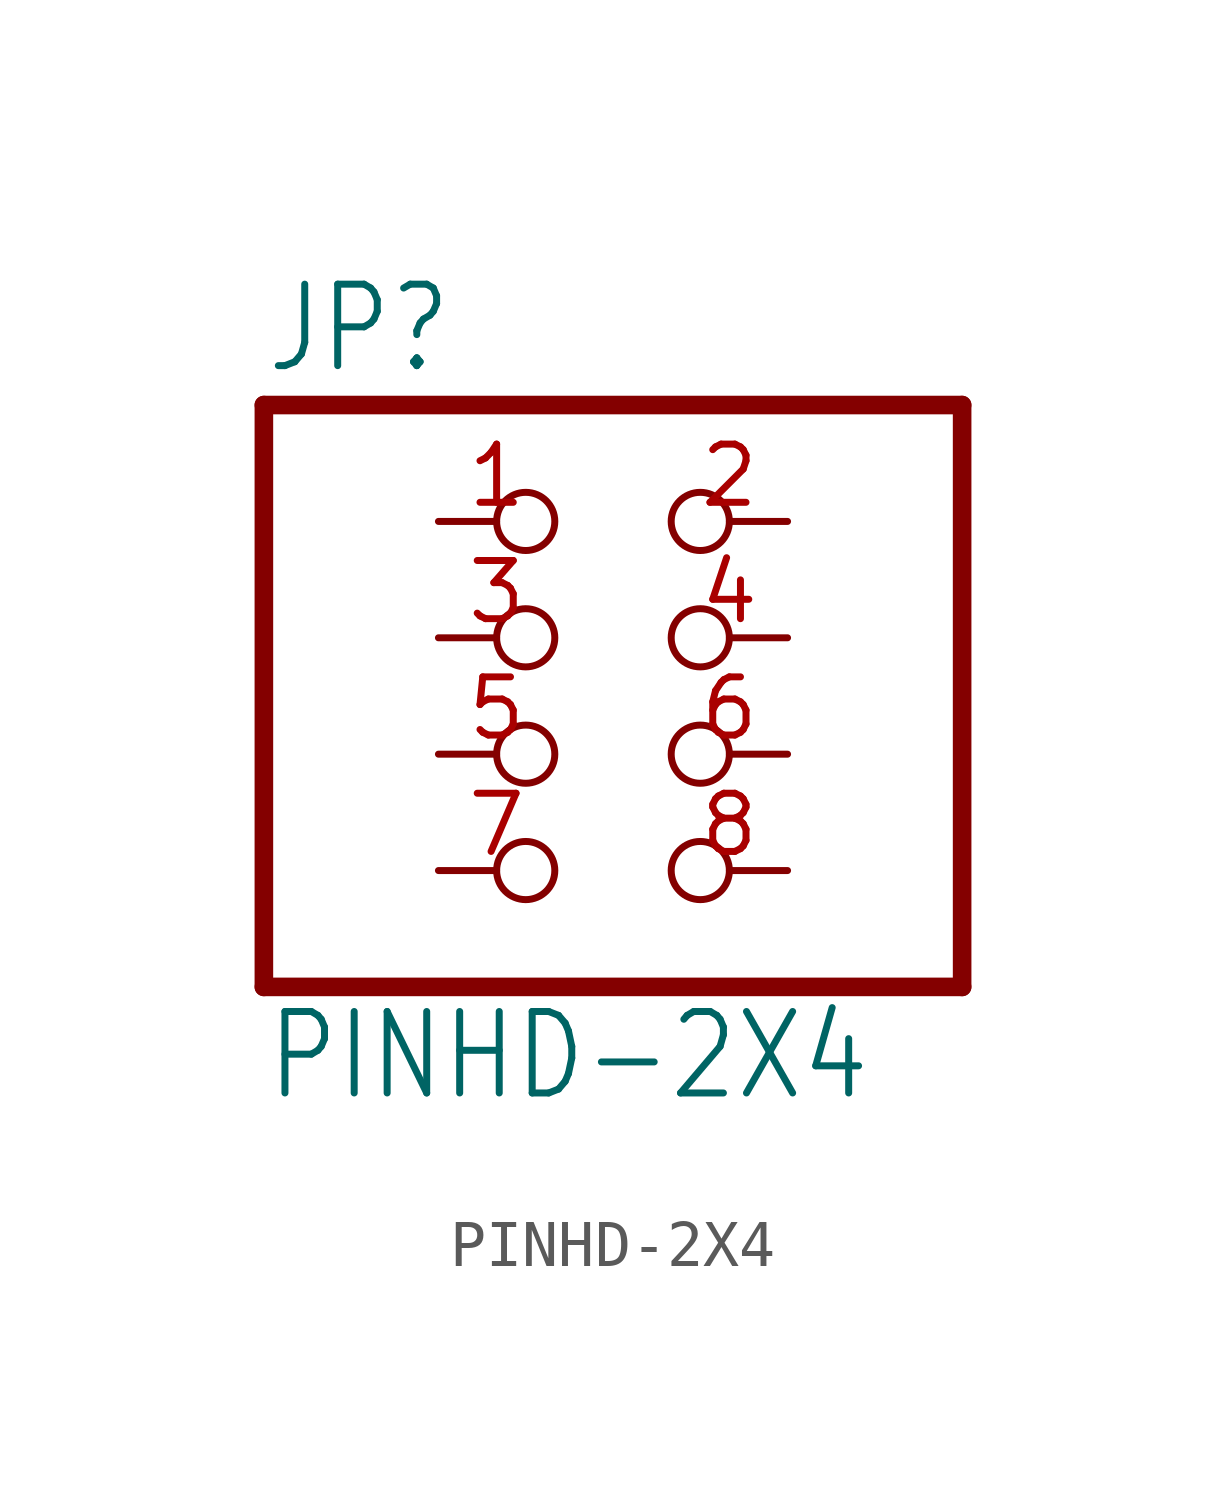
<source format=kicad_sym>
(kicad_symbol_lib
  (version 20211014)
  (generator kicad_symbol_editor)
  (symbol "PINHD-2X4"
    (property "Reference" "JP"
      (at -6.35 8.255 0)
      (effects (font (size 1.778 1.511)) (justify left bottom)))
    (property "Value" "PINHD-2X4"
      (at -6.35 -7.62 0)
      (effects (font (size 1.778 1.511)) (justify left bottom)))
    (property "ki_locked" ""
      (at 0 0 0)
      (effects (font (size 1.27 1.27))))
    (symbol "PINHD-2X4_1_0"
      (polyline (pts (xy -6.35 -5.08) (xy 8.89 -5.08)) (stroke (width 0.406) (type default) (color 0 0 0 0)) (fill (type none)))
      (polyline (pts (xy -6.35 7.62) (xy -6.35 -5.08)) (stroke (width 0.406) (type default) (color 0 0 0 0)) (fill (type none)))
      (polyline (pts (xy 8.89 -5.08) (xy 8.89 7.62)) (stroke (width 0.406) (type default) (color 0 0 0 0)) (fill (type none)))
      (polyline (pts (xy 8.89 7.62) (xy -6.35 7.62)) (stroke (width 0.406) (type default) (color 0 0 0 0)) (fill (type none)))
      (pin passive inverted (at -2.54 5.08 0) (length 2.54) (name "1" (effects (font (size 0 0)))) (number "1" (effects (font (size 1.27 1.27)))))
      (pin passive inverted (at 5.08 5.08 180) (length 2.54) (name "2" (effects (font (size 0 0)))) (number "2" (effects (font (size 1.27 1.27)))))
      (pin passive inverted (at -2.54 2.54 0) (length 2.54) (name "3" (effects (font (size 0 0)))) (number "3" (effects (font (size 1.27 1.27)))))
      (pin passive inverted (at 5.08 2.54 180) (length 2.54) (name "4" (effects (font (size 0 0)))) (number "4" (effects (font (size 1.27 1.27)))))
      (pin passive inverted (at -2.54 0 0) (length 2.54) (name "5" (effects (font (size 0 0)))) (number "5" (effects (font (size 1.27 1.27)))))
      (pin passive inverted (at 5.08 0 180) (length 2.54) (name "6" (effects (font (size 0 0)))) (number "6" (effects (font (size 1.27 1.27)))))
      (pin passive inverted (at -2.54 -2.54 0) (length 2.54) (name "7" (effects (font (size 0 0)))) (number "7" (effects (font (size 1.27 1.27)))))
      (pin passive inverted (at 5.08 -2.54 180) (length 2.54) (name "8" (effects (font (size 0 0)))) (number "8" (effects (font (size 1.27 1.27))))))))
</source>
